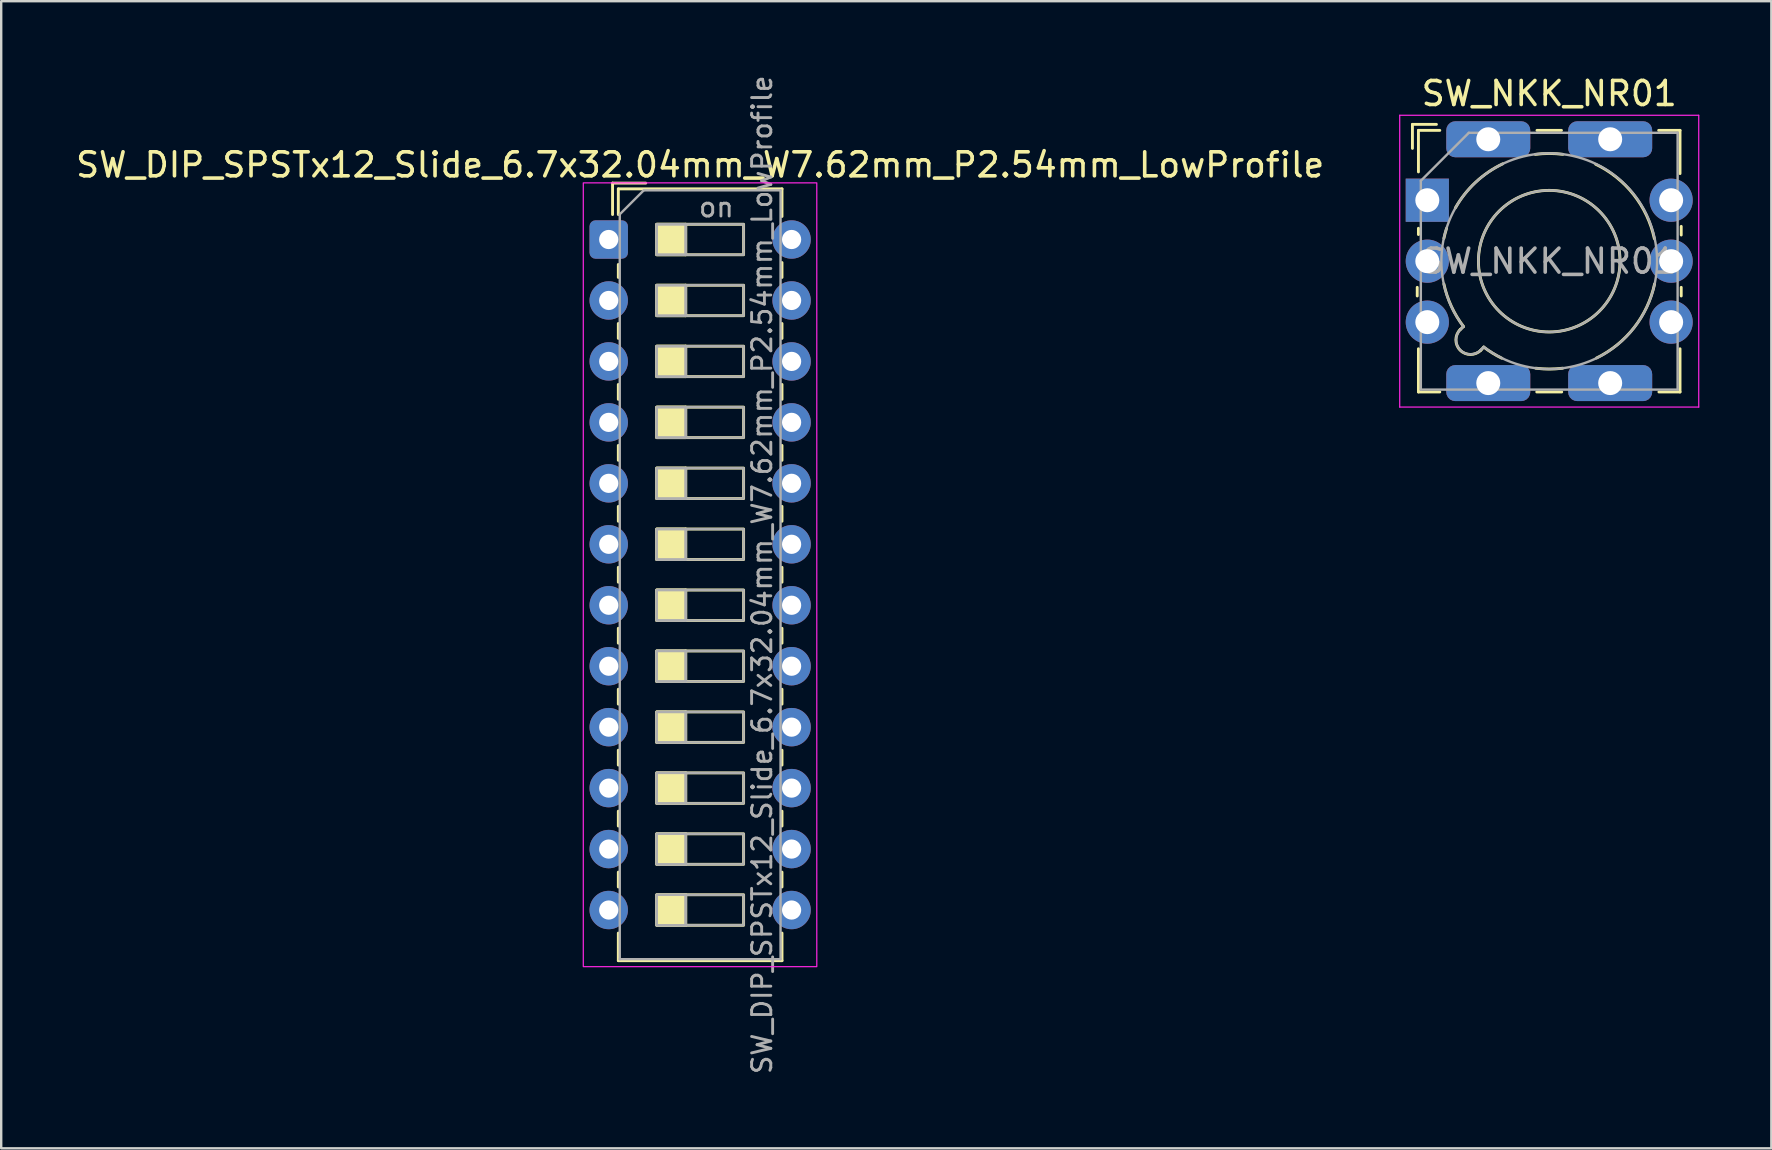
<source format=kicad_pcb>
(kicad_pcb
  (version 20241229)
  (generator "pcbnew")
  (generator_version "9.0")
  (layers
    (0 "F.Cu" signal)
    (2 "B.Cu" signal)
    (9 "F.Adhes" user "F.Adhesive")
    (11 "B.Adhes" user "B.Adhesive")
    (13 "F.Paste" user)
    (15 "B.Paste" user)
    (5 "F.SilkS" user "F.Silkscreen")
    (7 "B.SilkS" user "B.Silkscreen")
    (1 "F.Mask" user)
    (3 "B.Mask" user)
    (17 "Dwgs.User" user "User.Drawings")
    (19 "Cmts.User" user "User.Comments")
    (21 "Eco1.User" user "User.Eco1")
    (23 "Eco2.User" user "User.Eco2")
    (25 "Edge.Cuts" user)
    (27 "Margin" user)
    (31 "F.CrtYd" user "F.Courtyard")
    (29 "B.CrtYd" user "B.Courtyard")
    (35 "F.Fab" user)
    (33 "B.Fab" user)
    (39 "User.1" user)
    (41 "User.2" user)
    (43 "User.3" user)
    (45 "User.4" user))
  (footprint "SW_NKK_NR01"
    (layer "F.Cu")
    (at 56.425 5.293)
    (property "Reference" "SW_NKK_NR01" (at 5.08 -4.445 0) (layer "F.SilkS") (effects (font (size 1 1) (thickness 0.15))))
    (attr through_hole)
    (fp_line (start -0.62 -3.16) (end -0.62 -2.16) (stroke (width 0.12) (type default)) (layer "F.SilkS"))
    (fp_line (start -0.62 -3.16) (end 0.38 -3.16) (stroke (width 0.12) (type default)) (layer "F.SilkS"))
    (fp_line (start -0.42 3.63) (end -0.42 3.99) (stroke (width 0.12) (type default)) (layer "F.SilkS"))
    (fp_line (start -0.37 -2.91) (end 0.52 -2.91) (stroke (width 0.12) (type default)) (layer "F.SilkS"))
    (fp_line (start -0.37 -1.18) (end -0.37 -2.91) (stroke (width 0.12) (type default)) (layer "F.SilkS"))
    (fp_line (start -0.37 1.17) (end -0.37 1.43) (stroke (width 0.12) (type default)) (layer "F.SilkS"))
    (fp_line (start -0.37 7.99) (end -0.37 6.19) (stroke (width 0.12) (type default)) (layer "F.SilkS"))
    (fp_line (start 0.52 7.99) (end -0.37 7.99) (stroke (width 0.12) (type default)) (layer "F.SilkS"))
    (fp_line (start 1.37 5.39) (end 1.5 5.27) (stroke (width 0.12) (type default)) (layer "F.SilkS"))
    (fp_line (start 2.23 6.25) (end 2.35 6.12) (stroke (width 0.12) (type default)) (layer "F.SilkS"))
    (fp_line (start 4.56 7.99) (end 5.6 7.99) (stroke (width 0.12) (type default)) (layer "F.SilkS"))
    (fp_line (start 4.57 -2.91) (end 5.59 -2.91) (stroke (width 0.12) (type default)) (layer "F.SilkS"))
    (fp_line (start 9.64 -2.91) (end 10.53 -2.91) (stroke (width 0.12) (type default)) (layer "F.SilkS"))
    (fp_line (start 9.65 7.99) (end 10.53 7.99) (stroke (width 0.12) (type default)) (layer "F.SilkS"))
    (fp_line (start 10.53 -2.91) (end 10.53 -1.11) (stroke (width 0.12) (type default)) (layer "F.SilkS"))
    (fp_line (start 10.53 7.99) (end 10.53 6.19) (stroke (width 0.12) (type default)) (layer "F.SilkS"))
    (fp_line (start 10.58 1.09) (end 10.58 1.45) (stroke (width 0.12) (type default)) (layer "F.SilkS"))
    (fp_line (start 10.58 3.63) (end 10.58 3.99) (stroke (width 0.12) (type default)) (layer "F.SilkS"))
    (fp_arc (start 0.69 1.59) (mid 0.741029 1.378995) (end 0.802194 1.170702) (stroke (width 0.12) (type default)) (layer "F.SilkS"))
    (fp_arc (start 1.17 0.32) (mid 2.01489 -0.74962) (end 3.141468 -1.516919) (stroke (width 0.12) (type default)) (layer "F.SilkS"))
    (fp_arc (start 1.508995 5.263142) (mid 1.002351 4.421583) (end 0.690799 3.49) (stroke (width 0.12) (type default)) (layer "F.SilkS"))
    (fp_arc (start 2.229999 6.249999) (mid 1.370001 6.249999) (end 1.370001 5.390001) (stroke (width 0.12) (type default)) (layer "F.SilkS"))
    (fp_arc (start 3.103585 6.583585) (mid 2.715769 6.369779) (end 2.350841 6.118895) (stroke (width 0.12) (type default)) (layer "F.SilkS"))
    (fp_arc (start 4.5 -1.909999) (mid 5.074407 -1.947633) (end 5.648907 -1.911431) (stroke (width 0.12) (type default)) (layer "F.SilkS"))
    (fp_arc (start 5.64 7) (mid 5.08 7.03502) (end 4.52 7) (stroke (width 0.12) (type default)) (layer "F.SilkS"))
    (fp_arc (start 7.01527 -1.500125) (mid 8.597573 -0.233907) (end 9.459999 1.6) (stroke (width 0.12) (type default)) (layer "F.SilkS"))
    (fp_arc (start 9.4692 3.49) (mid 8.614855 5.309905) (end 7.052059 6.574669) (stroke (width 0.12) (type default)) (layer "F.SilkS"))
    (fp_circle (center 5.08 2.54) (end 8.03 2.54) (stroke (width 0.12) (type default)) (fill no) (layer "F.SilkS"))
    (fp_line (start -1.15 -3.54) (end 11.31 -3.54) (stroke (width 0.05) (type default)) (layer "F.CrtYd"))
    (fp_line (start -1.15 8.62) (end -1.15 -3.54) (stroke (width 0.05) (type default)) (layer "F.CrtYd"))
    (fp_line (start 11.31 -3.54) (end 11.31 8.62) (stroke (width 0.05) (type default)) (layer "F.CrtYd"))
    (fp_line (start 11.31 8.62) (end -1.15 8.62) (stroke (width 0.05) (type default)) (layer "F.CrtYd"))
    (fp_line (start -0.27 -0.81) (end 1.73 -2.81) (stroke (width 0.1) (type default)) (layer "F.Fab"))
    (fp_line (start -0.27 7.89) (end -0.27 -0.81) (stroke (width 0.1) (type default)) (layer "F.Fab"))
    (fp_line (start 1.506 5.266) (end 1.406 5.366) (stroke (width 0.1) (type default)) (layer "F.Fab"))
    (fp_line (start 1.73 -2.81) (end 10.43 -2.81) (stroke (width 0.1) (type default)) (layer "F.Fab"))
    (fp_line (start 2.254 6.214) (end 2.354 6.114) (stroke (width 0.1) (type default)) (layer "F.Fab"))
    (fp_line (start 10.43 -2.81) (end 10.43 7.89) (stroke (width 0.1) (type default)) (layer "F.Fab"))
    (fp_line (start 10.43 7.89) (end -0.27 7.89) (stroke (width 0.1) (type default)) (layer "F.Fab"))
    (fp_arc (start 1.506372 5.26582) (mid 8.258099 -0.638144) (end 2.354231 6.113667) (stroke (width 0.1) (type default)) (layer "F.Fab"))
    (fp_arc (start 2.25423 6.213668) (mid 1.375326 6.245384) (end 1.405574 5.366428) (stroke (width 0.1) (type default)) (layer "F.Fab"))
    (fp_circle (center 5.08 2.54) (end 8.03 2.54) (stroke (width 0.1) (type default)) (fill no) (layer "F.Fab"))
    (fp_text user "${REFERENCE}" (at 5.08 2.54 0) (layer "F.Fab") (effects (font (size 1 1) (thickness 0.15))))
    (pad "1" thru_hole rect (at 0 0) (size 1.8 1.8) (drill 1) (layers "*.Cu" "*.Mask"))
    (pad "2" thru_hole circle (at 10.16 0) (size 1.8 1.8) (drill 1) (layers "*.Cu" "*.Mask"))
    (pad "3" thru_hole circle (at 10.16 2.54) (size 1.8 1.8) (drill 1) (layers "*.Cu" "*.Mask"))
    (pad "4" thru_hole circle (at 10.16 5.08) (size 1.8 1.8) (drill 1) (layers "*.Cu" "*.Mask"))
    (pad "5" thru_hole circle (at 0 5.08) (size 1.8 1.8) (drill 1) (layers "*.Cu" "*.Mask"))
    (pad "C" thru_hole circle (at 0 2.54) (size 1.8 1.8) (drill 1) (layers "*.Cu" "*.Mask"))
    (pad "MP" thru_hole roundrect (at 2.54 -2.54) (size 3.5 1.5) (drill 1) (layers "*.Cu" "*.Mask") (roundrect_rratio 0.25))
    (pad "MP" thru_hole roundrect (at 2.54 7.62) (size 3.5 1.5) (drill 1) (layers "*.Cu" "*.Mask") (roundrect_rratio 0.25))
    (pad "MP" thru_hole roundrect (at 7.62 -2.54) (size 3.5 1.5) (drill 1) (layers "*.Cu" "*.Mask") (roundrect_rratio 0.25))
    (pad "MP" thru_hole roundrect (at 7.62 7.62) (size 3.5 1.5) (drill 1) (layers "*.Cu" "*.Mask") (roundrect_rratio 0.25)))
  (footprint "SW_DIP_SPSTx12_Slide_6.7x32.04mm_W7.62mm_P2.54mm_LowProfile"
    (layer "F.Cu")
    (at 22.315 6.93)
    (property "Reference" "SW_DIP_SPSTx12_Slide_6.7x32.04mm_W7.62mm_P2.54mm_LowProfile" (at 3.81 -3.11 0) (layer "F.SilkS") (effects (font (size 1 1) (thickness 0.15))))
    (attr through_hole)
    (fp_line (start 0.16 -2.35) (end 0.16 -1.04) (stroke (width 0.12) (type solid)) (layer "F.SilkS"))
    (fp_line (start 0.16 -2.35) (end 1.543 -2.35) (stroke (width 0.12) (type solid)) (layer "F.SilkS"))
    (fp_line (start 0.4 -2.11) (end 0.4 -1.04) (stroke (width 0.12) (type solid)) (layer "F.SilkS"))
    (fp_line (start 0.4 -2.11) (end 7.22 -2.11) (stroke (width 0.12) (type solid)) (layer "F.SilkS"))
    (fp_line (start 0.4 1.04) (end 0.4 1.58) (stroke (width 0.12) (type solid)) (layer "F.SilkS"))
    (fp_line (start 0.4 3.5) (end 0.4 4.12) (stroke (width 0.12) (type solid)) (layer "F.SilkS"))
    (fp_line (start 0.4 6.04) (end 0.4 6.66) (stroke (width 0.12) (type solid)) (layer "F.SilkS"))
    (fp_line (start 0.4 8.58) (end 0.4 9.2) (stroke (width 0.12) (type solid)) (layer "F.SilkS"))
    (fp_line (start 0.4 11.12) (end 0.4 11.74) (stroke (width 0.12) (type solid)) (layer "F.SilkS"))
    (fp_line (start 0.4 13.66) (end 0.4 14.28) (stroke (width 0.12) (type solid)) (layer "F.SilkS"))
    (fp_line (start 0.4 16.2) (end 0.4 16.82) (stroke (width 0.12) (type solid)) (layer "F.SilkS"))
    (fp_line (start 0.4 18.74) (end 0.4 19.36) (stroke (width 0.12) (type solid)) (layer "F.SilkS"))
    (fp_line (start 0.4 21.28) (end 0.4 21.9) (stroke (width 0.12) (type solid)) (layer "F.SilkS"))
    (fp_line (start 0.4 23.82) (end 0.4 24.44) (stroke (width 0.12) (type solid)) (layer "F.SilkS"))
    (fp_line (start 0.4 26.36) (end 0.4 26.98) (stroke (width 0.12) (type solid)) (layer "F.SilkS"))
    (fp_line (start 0.4 28.9) (end 0.4 30.05) (stroke (width 0.12) (type solid)) (layer "F.SilkS"))
    (fp_line (start 0.4 30.05) (end 7.22 30.05) (stroke (width 0.12) (type solid)) (layer "F.SilkS"))
    (fp_line (start 3.207 -0.635) (end 3.207 0.635) (stroke (width 0.12) (type solid)) (layer "F.SilkS"))
    (fp_line (start 3.207 1.905) (end 3.207 3.175) (stroke (width 0.12) (type solid)) (layer "F.SilkS"))
    (fp_line (start 3.207 4.445) (end 3.207 5.715) (stroke (width 0.12) (type solid)) (layer "F.SilkS"))
    (fp_line (start 3.207 6.985) (end 3.207 8.255) (stroke (width 0.12) (type solid)) (layer "F.SilkS"))
    (fp_line (start 3.207 9.525) (end 3.207 10.795) (stroke (width 0.12) (type solid)) (layer "F.SilkS"))
    (fp_line (start 3.207 12.065) (end 3.207 13.335) (stroke (width 0.12) (type solid)) (layer "F.SilkS"))
    (fp_line (start 3.207 14.605) (end 3.207 15.875) (stroke (width 0.12) (type solid)) (layer "F.SilkS"))
    (fp_line (start 3.207 17.145) (end 3.207 18.415) (stroke (width 0.12) (type solid)) (layer "F.SilkS"))
    (fp_line (start 3.207 19.685) (end 3.207 20.955) (stroke (width 0.12) (type solid)) (layer "F.SilkS"))
    (fp_line (start 3.207 22.225) (end 3.207 23.495) (stroke (width 0.12) (type solid)) (layer "F.SilkS"))
    (fp_line (start 3.207 24.765) (end 3.207 26.035) (stroke (width 0.12) (type solid)) (layer "F.SilkS"))
    (fp_line (start 3.207 27.305) (end 3.207 28.575) (stroke (width 0.12) (type solid)) (layer "F.SilkS"))
    (fp_line (start 7.22 -2.11) (end 7.22 -0.96) (stroke (width 0.12) (type solid)) (layer "F.SilkS"))
    (fp_line (start 7.22 0.96) (end 7.22 1.58) (stroke (width 0.12) (type solid)) (layer "F.SilkS"))
    (fp_line (start 7.22 3.5) (end 7.22 4.12) (stroke (width 0.12) (type solid)) (layer "F.SilkS"))
    (fp_line (start 7.22 6.04) (end 7.22 6.66) (stroke (width 0.12) (type solid)) (layer "F.SilkS"))
    (fp_line (start 7.22 8.58) (end 7.22 9.2) (stroke (width 0.12) (type solid)) (layer "F.SilkS"))
    (fp_line (start 7.22 11.12) (end 7.22 11.74) (stroke (width 0.12) (type solid)) (layer "F.SilkS"))
    (fp_line (start 7.22 13.66) (end 7.22 14.28) (stroke (width 0.12) (type solid)) (layer "F.SilkS"))
    (fp_line (start 7.22 16.2) (end 7.22 16.82) (stroke (width 0.12) (type solid)) (layer "F.SilkS"))
    (fp_line (start 7.22 18.74) (end 7.22 19.36) (stroke (width 0.12) (type solid)) (layer "F.SilkS"))
    (fp_line (start 7.22 21.28) (end 7.22 21.9) (stroke (width 0.12) (type solid)) (layer "F.SilkS"))
    (fp_line (start 7.22 23.82) (end 7.22 24.44) (stroke (width 0.12) (type solid)) (layer "F.SilkS"))
    (fp_line (start 7.22 26.36) (end 7.22 26.98) (stroke (width 0.12) (type solid)) (layer "F.SilkS"))
    (fp_line (start 7.22 28.9) (end 7.22 30.05) (stroke (width 0.12) (type solid)) (layer "F.SilkS"))
    (fp_rect (start 2 -0.635) (end 3.207 0.635) (stroke (width 0.12) (type solid)) (fill yes) (layer "F.SilkS"))
    (fp_rect (start 2 -0.635) (end 5.62 0.635) (stroke (width 0.12) (type solid)) (fill no) (layer "F.SilkS"))
    (fp_rect (start 2 1.905) (end 3.207 3.175) (stroke (width 0.12) (type solid)) (fill yes) (layer "F.SilkS"))
    (fp_rect (start 2 1.905) (end 5.62 3.175) (stroke (width 0.12) (type solid)) (fill no) (layer "F.SilkS"))
    (fp_rect (start 2 4.445) (end 3.207 5.715) (stroke (width 0.12) (type solid)) (fill yes) (layer "F.SilkS"))
    (fp_rect (start 2 4.445) (end 5.62 5.715) (stroke (width 0.12) (type solid)) (fill no) (layer "F.SilkS"))
    (fp_rect (start 2 6.985) (end 3.207 8.255) (stroke (width 0.12) (type solid)) (fill yes) (layer "F.SilkS"))
    (fp_rect (start 2 6.985) (end 5.62 8.255) (stroke (width 0.12) (type solid)) (fill no) (layer "F.SilkS"))
    (fp_rect (start 2 9.525) (end 3.207 10.795) (stroke (width 0.12) (type solid)) (fill yes) (layer "F.SilkS"))
    (fp_rect (start 2 9.525) (end 5.62 10.795) (stroke (width 0.12) (type solid)) (fill no) (layer "F.SilkS"))
    (fp_rect (start 2 12.065) (end 3.207 13.335) (stroke (width 0.12) (type solid)) (fill yes) (layer "F.SilkS"))
    (fp_rect (start 2 12.065) (end 5.62 13.335) (stroke (width 0.12) (type solid)) (fill no) (layer "F.SilkS"))
    (fp_rect (start 2 14.605) (end 3.207 15.875) (stroke (width 0.12) (type solid)) (fill yes) (layer "F.SilkS"))
    (fp_rect (start 2 14.605) (end 5.62 15.875) (stroke (width 0.12) (type solid)) (fill no) (layer "F.SilkS"))
    (fp_rect (start 2 17.145) (end 3.207 18.415) (stroke (width 0.12) (type solid)) (fill yes) (layer "F.SilkS"))
    (fp_rect (start 2 17.145) (end 5.62 18.415) (stroke (width 0.12) (type solid)) (fill no) (layer "F.SilkS"))
    (fp_rect (start 2 19.685) (end 3.207 20.955) (stroke (width 0.12) (type solid)) (fill yes) (layer "F.SilkS"))
    (fp_rect (start 2 19.685) (end 5.62 20.955) (stroke (width 0.12) (type solid)) (fill no) (layer "F.SilkS"))
    (fp_rect (start 2 22.225) (end 3.207 23.495) (stroke (width 0.12) (type solid)) (fill yes) (layer "F.SilkS"))
    (fp_rect (start 2 22.225) (end 5.62 23.495) (stroke (width 0.12) (type solid)) (fill no) (layer "F.SilkS"))
    (fp_rect (start 2 24.765) (end 3.207 26.035) (stroke (width 0.12) (type solid)) (fill yes) (layer "F.SilkS"))
    (fp_rect (start 2 24.765) (end 5.62 26.035) (stroke (width 0.12) (type solid)) (fill no) (layer "F.SilkS"))
    (fp_rect (start 2 27.305) (end 3.207 28.575) (stroke (width 0.12) (type solid)) (fill yes) (layer "F.SilkS"))
    (fp_rect (start 2 27.305) (end 5.62 28.575) (stroke (width 0.12) (type solid)) (fill no) (layer "F.SilkS"))
    (fp_rect (start -1.06 -2.36) (end 8.67 30.3) (stroke (width 0.05) (type solid)) (fill no) (layer "F.CrtYd"))
    (fp_line (start 0.46 -1.05) (end 1.46 -2.05) (stroke (width 0.1) (type solid)) (layer "F.Fab"))
    (fp_line (start 0.46 29.99) (end 0.46 -1.05) (stroke (width 0.1) (type solid)) (layer "F.Fab"))
    (fp_line (start 1.46 -2.05) (end 7.16 -2.05) (stroke (width 0.1) (type solid)) (layer "F.Fab"))
    (fp_line (start 3.207 -0.635) (end 3.207 0.635) (stroke (width 0.1) (type solid)) (layer "F.Fab"))
    (fp_line (start 3.207 1.905) (end 3.207 3.175) (stroke (width 0.1) (type solid)) (layer "F.Fab"))
    (fp_line (start 3.207 4.445) (end 3.207 5.715) (stroke (width 0.1) (type solid)) (layer "F.Fab"))
    (fp_line (start 3.207 6.985) (end 3.207 8.255) (stroke (width 0.1) (type solid)) (layer "F.Fab"))
    (fp_line (start 3.207 9.525) (end 3.207 10.795) (stroke (width 0.1) (type solid)) (layer "F.Fab"))
    (fp_line (start 3.207 12.065) (end 3.207 13.335) (stroke (width 0.1) (type solid)) (layer "F.Fab"))
    (fp_line (start 3.207 14.605) (end 3.207 15.875) (stroke (width 0.1) (type solid)) (layer "F.Fab"))
    (fp_line (start 3.207 17.145) (end 3.207 18.415) (stroke (width 0.1) (type solid)) (layer "F.Fab"))
    (fp_line (start 3.207 19.685) (end 3.207 20.955) (stroke (width 0.1) (type solid)) (layer "F.Fab"))
    (fp_line (start 3.207 22.225) (end 3.207 23.495) (stroke (width 0.1) (type solid)) (layer "F.Fab"))
    (fp_line (start 3.207 24.765) (end 3.207 26.035) (stroke (width 0.1) (type solid)) (layer "F.Fab"))
    (fp_line (start 3.207 27.305) (end 3.207 28.575) (stroke (width 0.1) (type solid)) (layer "F.Fab"))
    (fp_line (start 7.16 -2.05) (end 7.16 29.99) (stroke (width 0.1) (type solid)) (layer "F.Fab"))
    (fp_line (start 7.16 29.99) (end 0.46 29.99) (stroke (width 0.1) (type solid)) (layer "F.Fab"))
    (fp_rect (start 2 -0.635) (end 3.207 0.635) (stroke (width 0.1) (type solid)) (fill no) (layer "F.Fab"))
    (fp_rect (start 2 -0.635) (end 5.62 0.635) (stroke (width 0.1) (type solid)) (fill no) (layer "F.Fab"))
    (fp_rect (start 2 1.905) (end 3.207 3.175) (stroke (width 0.1) (type solid)) (fill no) (layer "F.Fab"))
    (fp_rect (start 2 1.905) (end 5.62 3.175) (stroke (width 0.1) (type solid)) (fill no) (layer "F.Fab"))
    (fp_rect (start 2 4.445) (end 3.207 5.715) (stroke (width 0.1) (type solid)) (fill no) (layer "F.Fab"))
    (fp_rect (start 2 4.445) (end 5.62 5.715) (stroke (width 0.1) (type solid)) (fill no) (layer "F.Fab"))
    (fp_rect (start 2 6.985) (end 3.207 8.255) (stroke (width 0.1) (type solid)) (fill no) (layer "F.Fab"))
    (fp_rect (start 2 6.985) (end 5.62 8.255) (stroke (width 0.1) (type solid)) (fill no) (layer "F.Fab"))
    (fp_rect (start 2 9.525) (end 3.207 10.795) (stroke (width 0.1) (type solid)) (fill no) (layer "F.Fab"))
    (fp_rect (start 2 9.525) (end 5.62 10.795) (stroke (width 0.1) (type solid)) (fill no) (layer "F.Fab"))
    (fp_rect (start 2 12.065) (end 3.207 13.335) (stroke (width 0.1) (type solid)) (fill no) (layer "F.Fab"))
    (fp_rect (start 2 12.065) (end 5.62 13.335) (stroke (width 0.1) (type solid)) (fill no) (layer "F.Fab"))
    (fp_rect (start 2 14.605) (end 3.207 15.875) (stroke (width 0.1) (type solid)) (fill no) (layer "F.Fab"))
    (fp_rect (start 2 14.605) (end 5.62 15.875) (stroke (width 0.1) (type solid)) (fill no) (layer "F.Fab"))
    (fp_rect (start 2 17.145) (end 3.207 18.415) (stroke (width 0.1) (type solid)) (fill no) (layer "F.Fab"))
    (fp_rect (start 2 17.145) (end 5.62 18.415) (stroke (width 0.1) (type solid)) (fill no) (layer "F.Fab"))
    (fp_rect (start 2 19.685) (end 3.207 20.955) (stroke (width 0.1) (type solid)) (fill no) (layer "F.Fab"))
    (fp_rect (start 2 19.685) (end 5.62 20.955) (stroke (width 0.1) (type solid)) (fill no) (layer "F.Fab"))
    (fp_rect (start 2 22.225) (end 3.207 23.495) (stroke (width 0.1) (type solid)) (fill no) (layer "F.Fab"))
    (fp_rect (start 2 22.225) (end 5.62 23.495) (stroke (width 0.1) (type solid)) (fill no) (layer "F.Fab"))
    (fp_rect (start 2 24.765) (end 3.207 26.035) (stroke (width 0.1) (type solid)) (fill no) (layer "F.Fab"))
    (fp_rect (start 2 24.765) (end 5.62 26.035) (stroke (width 0.1) (type solid)) (fill no) (layer "F.Fab"))
    (fp_rect (start 2 27.305) (end 3.207 28.575) (stroke (width 0.1) (type solid)) (fill no) (layer "F.Fab"))
    (fp_rect (start 2 27.305) (end 5.62 28.575) (stroke (width 0.1) (type solid)) (fill no) (layer "F.Fab"))
    (fp_text user "${REFERENCE}" (at 6.39 13.97 90) (layer "F.Fab") (effects (font (size 0.8 0.8) (thickness 0.12))))
    (fp_text user "on" (at 4.485 -1.343 0) (layer "F.Fab") (effects (font (size 0.8 0.8) (thickness 0.12))))
    (pad "1" thru_hole roundrect (at 0 0) (size 1.6 1.6) (drill 0.8) (layers "*.Cu" "*.Mask") (roundrect_rratio 0.156))
    (pad "2" thru_hole circle (at 0 2.54) (size 1.6 1.6) (drill 0.8) (layers "*.Cu" "*.Mask"))
    (pad "3" thru_hole circle (at 0 5.08) (size 1.6 1.6) (drill 0.8) (layers "*.Cu" "*.Mask"))
    (pad "4" thru_hole circle (at 0 7.62) (size 1.6 1.6) (drill 0.8) (layers "*.Cu" "*.Mask"))
    (pad "5" thru_hole circle (at 0 10.16) (size 1.6 1.6) (drill 0.8) (layers "*.Cu" "*.Mask"))
    (pad "6" thru_hole circle (at 0 12.7) (size 1.6 1.6) (drill 0.8) (layers "*.Cu" "*.Mask"))
    (pad "7" thru_hole circle (at 0 15.24) (size 1.6 1.6) (drill 0.8) (layers "*.Cu" "*.Mask"))
    (pad "8" thru_hole circle (at 0 17.78) (size 1.6 1.6) (drill 0.8) (layers "*.Cu" "*.Mask"))
    (pad "9" thru_hole circle (at 0 20.32) (size 1.6 1.6) (drill 0.8) (layers "*.Cu" "*.Mask"))
    (pad "10" thru_hole circle (at 0 22.86) (size 1.6 1.6) (drill 0.8) (layers "*.Cu" "*.Mask"))
    (pad "11" thru_hole circle (at 0 25.4) (size 1.6 1.6) (drill 0.8) (layers "*.Cu" "*.Mask"))
    (pad "12" thru_hole circle (at 0 27.94) (size 1.6 1.6) (drill 0.8) (layers "*.Cu" "*.Mask"))
    (pad "13" thru_hole circle (at 7.62 27.94) (size 1.6 1.6) (drill 0.8) (layers "*.Cu" "*.Mask"))
    (pad "14" thru_hole circle (at 7.62 25.4) (size 1.6 1.6) (drill 0.8) (layers "*.Cu" "*.Mask"))
    (pad "15" thru_hole circle (at 7.62 22.86) (size 1.6 1.6) (drill 0.8) (layers "*.Cu" "*.Mask"))
    (pad "16" thru_hole circle (at 7.62 20.32) (size 1.6 1.6) (drill 0.8) (layers "*.Cu" "*.Mask"))
    (pad "17" thru_hole circle (at 7.62 17.78) (size 1.6 1.6) (drill 0.8) (layers "*.Cu" "*.Mask"))
    (pad "18" thru_hole circle (at 7.62 15.24) (size 1.6 1.6) (drill 0.8) (layers "*.Cu" "*.Mask"))
    (pad "19" thru_hole circle (at 7.62 12.7) (size 1.6 1.6) (drill 0.8) (layers "*.Cu" "*.Mask"))
    (pad "20" thru_hole circle (at 7.62 10.16) (size 1.6 1.6) (drill 0.8) (layers "*.Cu" "*.Mask"))
    (pad "21" thru_hole circle (at 7.62 7.62) (size 1.6 1.6) (drill 0.8) (layers "*.Cu" "*.Mask"))
    (pad "22" thru_hole circle (at 7.62 5.08) (size 1.6 1.6) (drill 0.8) (layers "*.Cu" "*.Mask"))
    (pad "23" thru_hole circle (at 7.62 2.54) (size 1.6 1.6) (drill 0.8) (layers "*.Cu" "*.Mask"))
    (pad "24" thru_hole circle (at 7.62 0) (size 1.6 1.6) (drill 0.8) (layers "*.Cu" "*.Mask")))
  (gr_rect
    (start -3 -3)
    (end 70.76 44.8)
    (stroke (width 0.1) (type default))
    (fill no)
    (layer "Edge.Cuts")))
</source>
